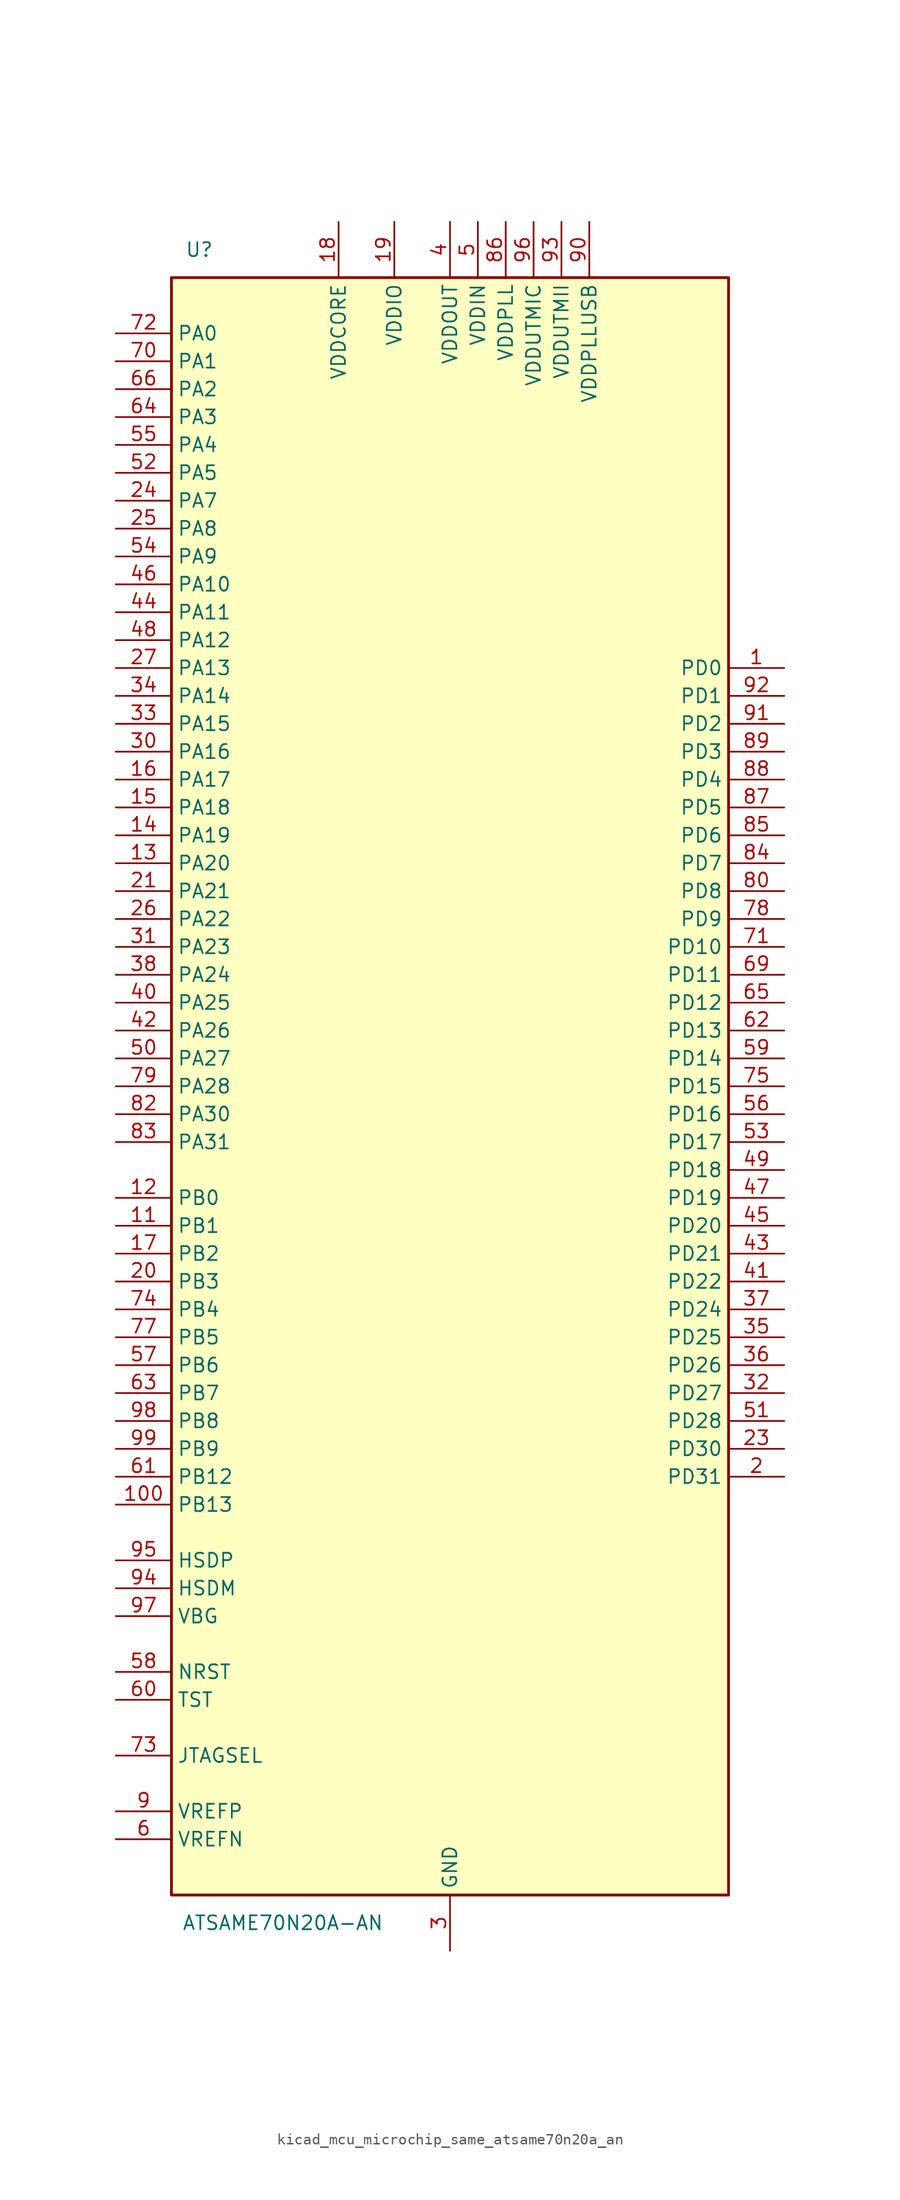
<source format=kicad_sym>
(kicad_symbol_lib
  (version 20220914)
  (generator kicad_symbol_editor)
  (symbol "kicad_mcu_microchip_same_atsame70n20a_an"
    (property "Reference" "U"
      (at -22.86 76.2 0)
      (effects (font (size 1.27 1.27))))
    (property "Value" "ATSAME70N20A-AN"
      (at -15.24 -76.2 0)
      (effects (font (size 1.27 1.27))))
    (symbol "kicad_mcu_microchip_same_atsame70n20a_an_0_1"
      (rectangle (start 25.4 73.66) (end -25.4 -73.66) (stroke (width 0.254) (type default)) (fill (type background))))
    (symbol "kicad_mcu_microchip_same_atsame70n20a_an_1_1"
      (pin bidirectional line (at 30.48 38.1 180) (length 5.08) (name "PD0" (effects (font (size 1.27 1.27)))) (number "1" (effects (font (size 1.27 1.27)))))
      (pin passive line (at 0 -78.74 90) (length 5.08) hide (name "GND" (effects (font (size 1.27 1.27)))) (number "10" (effects (font (size 1.27 1.27)))))
      (pin bidirectional line (at -30.48 -38.1 0) (length 5.08) (name "PB13" (effects (font (size 1.27 1.27)))) (number "100" (effects (font (size 1.27 1.27)))))
      (pin bidirectional line (at -30.48 -12.7 0) (length 5.08) (name "PB1" (effects (font (size 1.27 1.27)))) (number "11" (effects (font (size 1.27 1.27)))))
      (pin bidirectional line (at -30.48 -10.16 0) (length 5.08) (name "PB0" (effects (font (size 1.27 1.27)))) (number "12" (effects (font (size 1.27 1.27)))))
      (pin bidirectional line (at -30.48 20.32 0) (length 5.08) (name "PA20" (effects (font (size 1.27 1.27)))) (number "13" (effects (font (size 1.27 1.27)))))
      (pin bidirectional line (at -30.48 22.86 0) (length 5.08) (name "PA19" (effects (font (size 1.27 1.27)))) (number "14" (effects (font (size 1.27 1.27)))))
      (pin bidirectional line (at -30.48 25.4 0) (length 5.08) (name "PA18" (effects (font (size 1.27 1.27)))) (number "15" (effects (font (size 1.27 1.27)))))
      (pin bidirectional line (at -30.48 27.94 0) (length 5.08) (name "PA17" (effects (font (size 1.27 1.27)))) (number "16" (effects (font (size 1.27 1.27)))))
      (pin bidirectional line (at -30.48 -15.24 0) (length 5.08) (name "PB2" (effects (font (size 1.27 1.27)))) (number "17" (effects (font (size 1.27 1.27)))))
      (pin power_in line (at -10.16 78.74 270) (length 5.08) (name "VDDCORE" (effects (font (size 1.27 1.27)))) (number "18" (effects (font (size 1.27 1.27)))))
      (pin power_in line (at -5.08 78.74 270) (length 5.08) (name "VDDIO" (effects (font (size 1.27 1.27)))) (number "19" (effects (font (size 1.27 1.27)))))
      (pin bidirectional line (at 30.48 -35.56 180) (length 5.08) (name "PD31" (effects (font (size 1.27 1.27)))) (number "2" (effects (font (size 1.27 1.27)))))
      (pin bidirectional line (at -30.48 -17.78 0) (length 5.08) (name "PB3" (effects (font (size 1.27 1.27)))) (number "20" (effects (font (size 1.27 1.27)))))
      (pin bidirectional line (at -30.48 17.78 0) (length 5.08) (name "PA21" (effects (font (size 1.27 1.27)))) (number "21" (effects (font (size 1.27 1.27)))))
      (pin passive line (at -10.16 78.74 270) (length 5.08) hide (name "VDDCORE" (effects (font (size 1.27 1.27)))) (number "22" (effects (font (size 1.27 1.27)))))
      (pin bidirectional line (at 30.48 -33.02 180) (length 5.08) (name "PD30" (effects (font (size 1.27 1.27)))) (number "23" (effects (font (size 1.27 1.27)))))
      (pin bidirectional line (at -30.48 53.34 0) (length 5.08) (name "PA7" (effects (font (size 1.27 1.27)))) (number "24" (effects (font (size 1.27 1.27)))))
      (pin bidirectional line (at -30.48 50.8 0) (length 5.08) (name "PA8" (effects (font (size 1.27 1.27)))) (number "25" (effects (font (size 1.27 1.27)))))
      (pin bidirectional line (at -30.48 15.24 0) (length 5.08) (name "PA22" (effects (font (size 1.27 1.27)))) (number "26" (effects (font (size 1.27 1.27)))))
      (pin bidirectional line (at -30.48 38.1 0) (length 5.08) (name "PA13" (effects (font (size 1.27 1.27)))) (number "27" (effects (font (size 1.27 1.27)))))
      (pin passive line (at -5.08 78.74 270) (length 5.08) hide (name "VDDIO" (effects (font (size 1.27 1.27)))) (number "28" (effects (font (size 1.27 1.27)))))
      (pin passive line (at 0 -78.74 90) (length 5.08) hide (name "GND" (effects (font (size 1.27 1.27)))) (number "29" (effects (font (size 1.27 1.27)))))
      (pin power_in line (at 0 -78.74 90) (length 5.08) (name "GND" (effects (font (size 1.27 1.27)))) (number "3" (effects (font (size 1.27 1.27)))))
      (pin bidirectional line (at -30.48 30.48 0) (length 5.08) (name "PA16" (effects (font (size 1.27 1.27)))) (number "30" (effects (font (size 1.27 1.27)))))
      (pin bidirectional line (at -30.48 12.7 0) (length 5.08) (name "PA23" (effects (font (size 1.27 1.27)))) (number "31" (effects (font (size 1.27 1.27)))))
      (pin bidirectional line (at 30.48 -27.94 180) (length 5.08) (name "PD27" (effects (font (size 1.27 1.27)))) (number "32" (effects (font (size 1.27 1.27)))))
      (pin bidirectional line (at -30.48 33.02 0) (length 5.08) (name "PA15" (effects (font (size 1.27 1.27)))) (number "33" (effects (font (size 1.27 1.27)))))
      (pin bidirectional line (at -30.48 35.56 0) (length 5.08) (name "PA14" (effects (font (size 1.27 1.27)))) (number "34" (effects (font (size 1.27 1.27)))))
      (pin bidirectional line (at 30.48 -22.86 180) (length 5.08) (name "PD25" (effects (font (size 1.27 1.27)))) (number "35" (effects (font (size 1.27 1.27)))))
      (pin bidirectional line (at 30.48 -25.4 180) (length 5.08) (name "PD26" (effects (font (size 1.27 1.27)))) (number "36" (effects (font (size 1.27 1.27)))))
      (pin bidirectional line (at 30.48 -20.32 180) (length 5.08) (name "PD24" (effects (font (size 1.27 1.27)))) (number "37" (effects (font (size 1.27 1.27)))))
      (pin bidirectional line (at -30.48 10.16 0) (length 5.08) (name "PA24" (effects (font (size 1.27 1.27)))) (number "38" (effects (font (size 1.27 1.27)))))
      (pin passive line (at -10.16 78.74 270) (length 5.08) hide (name "VDDCORE" (effects (font (size 1.27 1.27)))) (number "39" (effects (font (size 1.27 1.27)))))
      (pin power_in line (at 0 78.74 270) (length 5.08) (name "VDDOUT" (effects (font (size 1.27 1.27)))) (number "4" (effects (font (size 1.27 1.27)))))
      (pin bidirectional line (at -30.48 7.62 0) (length 5.08) (name "PA25" (effects (font (size 1.27 1.27)))) (number "40" (effects (font (size 1.27 1.27)))))
      (pin bidirectional line (at 30.48 -17.78 180) (length 5.08) (name "PD22" (effects (font (size 1.27 1.27)))) (number "41" (effects (font (size 1.27 1.27)))))
      (pin bidirectional line (at -30.48 5.08 0) (length 5.08) (name "PA26" (effects (font (size 1.27 1.27)))) (number "42" (effects (font (size 1.27 1.27)))))
      (pin bidirectional line (at 30.48 -15.24 180) (length 5.08) (name "PD21" (effects (font (size 1.27 1.27)))) (number "43" (effects (font (size 1.27 1.27)))))
      (pin bidirectional line (at -30.48 43.18 0) (length 5.08) (name "PA11" (effects (font (size 1.27 1.27)))) (number "44" (effects (font (size 1.27 1.27)))))
      (pin bidirectional line (at 30.48 -12.7 180) (length 5.08) (name "PD20" (effects (font (size 1.27 1.27)))) (number "45" (effects (font (size 1.27 1.27)))))
      (pin bidirectional line (at -30.48 45.72 0) (length 5.08) (name "PA10" (effects (font (size 1.27 1.27)))) (number "46" (effects (font (size 1.27 1.27)))))
      (pin bidirectional line (at 30.48 -10.16 180) (length 5.08) (name "PD19" (effects (font (size 1.27 1.27)))) (number "47" (effects (font (size 1.27 1.27)))))
      (pin bidirectional line (at -30.48 40.64 0) (length 5.08) (name "PA12" (effects (font (size 1.27 1.27)))) (number "48" (effects (font (size 1.27 1.27)))))
      (pin bidirectional line (at 30.48 -7.62 180) (length 5.08) (name "PD18" (effects (font (size 1.27 1.27)))) (number "49" (effects (font (size 1.27 1.27)))))
      (pin power_in line (at 2.54 78.74 270) (length 5.08) (name "VDDIN" (effects (font (size 1.27 1.27)))) (number "5" (effects (font (size 1.27 1.27)))))
      (pin bidirectional line (at -30.48 2.54 0) (length 5.08) (name "PA27" (effects (font (size 1.27 1.27)))) (number "50" (effects (font (size 1.27 1.27)))))
      (pin bidirectional line (at 30.48 -30.48 180) (length 5.08) (name "PD28" (effects (font (size 1.27 1.27)))) (number "51" (effects (font (size 1.27 1.27)))))
      (pin bidirectional line (at -30.48 55.88 0) (length 5.08) (name "PA5" (effects (font (size 1.27 1.27)))) (number "52" (effects (font (size 1.27 1.27)))))
      (pin bidirectional line (at 30.48 -5.08 180) (length 5.08) (name "PD17" (effects (font (size 1.27 1.27)))) (number "53" (effects (font (size 1.27 1.27)))))
      (pin bidirectional line (at -30.48 48.26 0) (length 5.08) (name "PA9" (effects (font (size 1.27 1.27)))) (number "54" (effects (font (size 1.27 1.27)))))
      (pin bidirectional line (at -30.48 58.42 0) (length 5.08) (name "PA4" (effects (font (size 1.27 1.27)))) (number "55" (effects (font (size 1.27 1.27)))))
      (pin bidirectional line (at 30.48 -2.54 180) (length 5.08) (name "PD16" (effects (font (size 1.27 1.27)))) (number "56" (effects (font (size 1.27 1.27)))))
      (pin bidirectional line (at -30.48 -25.4 0) (length 5.08) (name "PB6" (effects (font (size 1.27 1.27)))) (number "57" (effects (font (size 1.27 1.27)))))
      (pin bidirectional line (at -30.48 -53.34 0) (length 5.08) (name "NRST" (effects (font (size 1.27 1.27)))) (number "58" (effects (font (size 1.27 1.27)))))
      (pin bidirectional line (at 30.48 2.54 180) (length 5.08) (name "PD14" (effects (font (size 1.27 1.27)))) (number "59" (effects (font (size 1.27 1.27)))))
      (pin input line (at -30.48 -68.58 0) (length 5.08) (name "VREFN" (effects (font (size 1.27 1.27)))) (number "6" (effects (font (size 1.27 1.27)))))
      (pin input line (at -30.48 -55.88 0) (length 5.08) (name "TST" (effects (font (size 1.27 1.27)))) (number "60" (effects (font (size 1.27 1.27)))))
      (pin bidirectional line (at -30.48 -35.56 0) (length 5.08) (name "PB12" (effects (font (size 1.27 1.27)))) (number "61" (effects (font (size 1.27 1.27)))))
      (pin bidirectional line (at 30.48 5.08 180) (length 5.08) (name "PD13" (effects (font (size 1.27 1.27)))) (number "62" (effects (font (size 1.27 1.27)))))
      (pin bidirectional line (at -30.48 -27.94 0) (length 5.08) (name "PB7" (effects (font (size 1.27 1.27)))) (number "63" (effects (font (size 1.27 1.27)))))
      (pin bidirectional line (at -30.48 60.96 0) (length 5.08) (name "PA3" (effects (font (size 1.27 1.27)))) (number "64" (effects (font (size 1.27 1.27)))))
      (pin bidirectional line (at 30.48 7.62 180) (length 5.08) (name "PD12" (effects (font (size 1.27 1.27)))) (number "65" (effects (font (size 1.27 1.27)))))
      (pin bidirectional line (at -30.48 63.5 0) (length 5.08) (name "PA2" (effects (font (size 1.27 1.27)))) (number "66" (effects (font (size 1.27 1.27)))))
      (pin passive line (at 0 -78.74 90) (length 5.08) hide (name "GND" (effects (font (size 1.27 1.27)))) (number "67" (effects (font (size 1.27 1.27)))))
      (pin passive line (at -5.08 78.74 270) (length 5.08) hide (name "VDDIO" (effects (font (size 1.27 1.27)))) (number "68" (effects (font (size 1.27 1.27)))))
      (pin bidirectional line (at 30.48 10.16 180) (length 5.08) (name "PD11" (effects (font (size 1.27 1.27)))) (number "69" (effects (font (size 1.27 1.27)))))
      (pin passive line (at 0 -78.74 90) (length 5.08) hide (name "GND" (effects (font (size 1.27 1.27)))) (number "7" (effects (font (size 1.27 1.27)))))
      (pin bidirectional line (at -30.48 66.04 0) (length 5.08) (name "PA1" (effects (font (size 1.27 1.27)))) (number "70" (effects (font (size 1.27 1.27)))))
      (pin bidirectional line (at 30.48 12.7 180) (length 5.08) (name "PD10" (effects (font (size 1.27 1.27)))) (number "71" (effects (font (size 1.27 1.27)))))
      (pin bidirectional line (at -30.48 68.58 0) (length 5.08) (name "PA0" (effects (font (size 1.27 1.27)))) (number "72" (effects (font (size 1.27 1.27)))))
      (pin input line (at -30.48 -60.96 0) (length 5.08) (name "JTAGSEL" (effects (font (size 1.27 1.27)))) (number "73" (effects (font (size 1.27 1.27)))))
      (pin bidirectional line (at -30.48 -20.32 0) (length 5.08) (name "PB4" (effects (font (size 1.27 1.27)))) (number "74" (effects (font (size 1.27 1.27)))))
      (pin bidirectional line (at 30.48 0 180) (length 5.08) (name "PD15" (effects (font (size 1.27 1.27)))) (number "75" (effects (font (size 1.27 1.27)))))
      (pin passive line (at -10.16 78.74 270) (length 5.08) hide (name "VDDCORE" (effects (font (size 1.27 1.27)))) (number "76" (effects (font (size 1.27 1.27)))))
      (pin bidirectional line (at -30.48 -22.86 0) (length 5.08) (name "PB5" (effects (font (size 1.27 1.27)))) (number "77" (effects (font (size 1.27 1.27)))))
      (pin bidirectional line (at 30.48 15.24 180) (length 5.08) (name "PD9" (effects (font (size 1.27 1.27)))) (number "78" (effects (font (size 1.27 1.27)))))
      (pin bidirectional line (at -30.48 0 0) (length 5.08) (name "PA28" (effects (font (size 1.27 1.27)))) (number "79" (effects (font (size 1.27 1.27)))))
      (pin passive line (at 0 -78.74 90) (length 5.08) hide (name "GND" (effects (font (size 1.27 1.27)))) (number "8" (effects (font (size 1.27 1.27)))))
      (pin bidirectional line (at 30.48 17.78 180) (length 5.08) (name "PD8" (effects (font (size 1.27 1.27)))) (number "80" (effects (font (size 1.27 1.27)))))
      (pin passive line (at -5.08 78.74 270) (length 5.08) hide (name "VDDIO" (effects (font (size 1.27 1.27)))) (number "81" (effects (font (size 1.27 1.27)))))
      (pin bidirectional line (at -30.48 -2.54 0) (length 5.08) (name "PA30" (effects (font (size 1.27 1.27)))) (number "82" (effects (font (size 1.27 1.27)))))
      (pin bidirectional line (at -30.48 -5.08 0) (length 5.08) (name "PA31" (effects (font (size 1.27 1.27)))) (number "83" (effects (font (size 1.27 1.27)))))
      (pin bidirectional line (at 30.48 20.32 180) (length 5.08) (name "PD7" (effects (font (size 1.27 1.27)))) (number "84" (effects (font (size 1.27 1.27)))))
      (pin bidirectional line (at 30.48 22.86 180) (length 5.08) (name "PD6" (effects (font (size 1.27 1.27)))) (number "85" (effects (font (size 1.27 1.27)))))
      (pin power_in line (at 5.08 78.74 270) (length 5.08) (name "VDDPLL" (effects (font (size 1.27 1.27)))) (number "86" (effects (font (size 1.27 1.27)))))
      (pin bidirectional line (at 30.48 25.4 180) (length 5.08) (name "PD5" (effects (font (size 1.27 1.27)))) (number "87" (effects (font (size 1.27 1.27)))))
      (pin bidirectional line (at 30.48 27.94 180) (length 5.08) (name "PD4" (effects (font (size 1.27 1.27)))) (number "88" (effects (font (size 1.27 1.27)))))
      (pin bidirectional line (at 30.48 30.48 180) (length 5.08) (name "PD3" (effects (font (size 1.27 1.27)))) (number "89" (effects (font (size 1.27 1.27)))))
      (pin input line (at -30.48 -66.04 0) (length 5.08) (name "VREFP" (effects (font (size 1.27 1.27)))) (number "9" (effects (font (size 1.27 1.27)))))
      (pin power_in line (at 12.7 78.74 270) (length 5.08) (name "VDDPLLUSB" (effects (font (size 1.27 1.27)))) (number "90" (effects (font (size 1.27 1.27)))))
      (pin bidirectional line (at 30.48 33.02 180) (length 5.08) (name "PD2" (effects (font (size 1.27 1.27)))) (number "91" (effects (font (size 1.27 1.27)))))
      (pin bidirectional line (at 30.48 35.56 180) (length 5.08) (name "PD1" (effects (font (size 1.27 1.27)))) (number "92" (effects (font (size 1.27 1.27)))))
      (pin power_in line (at 10.16 78.74 270) (length 5.08) (name "VDDUTMII" (effects (font (size 1.27 1.27)))) (number "93" (effects (font (size 1.27 1.27)))))
      (pin bidirectional line (at -30.48 -45.72 0) (length 5.08) (name "HSDM" (effects (font (size 1.27 1.27)))) (number "94" (effects (font (size 1.27 1.27)))))
      (pin bidirectional line (at -30.48 -43.18 0) (length 5.08) (name "HSDP" (effects (font (size 1.27 1.27)))) (number "95" (effects (font (size 1.27 1.27)))))
      (pin power_in line (at 7.62 78.74 270) (length 5.08) (name "VDDUTMIC" (effects (font (size 1.27 1.27)))) (number "96" (effects (font (size 1.27 1.27)))))
      (pin input line (at -30.48 -48.26 0) (length 5.08) (name "VBG" (effects (font (size 1.27 1.27)))) (number "97" (effects (font (size 1.27 1.27)))))
      (pin bidirectional line (at -30.48 -30.48 0) (length 5.08) (name "PB8" (effects (font (size 1.27 1.27)))) (number "98" (effects (font (size 1.27 1.27)))))
      (pin bidirectional line (at -30.48 -33.02 0) (length 5.08) (name "PB9" (effects (font (size 1.27 1.27)))) (number "99" (effects (font (size 1.27 1.27))))))))
</source>
